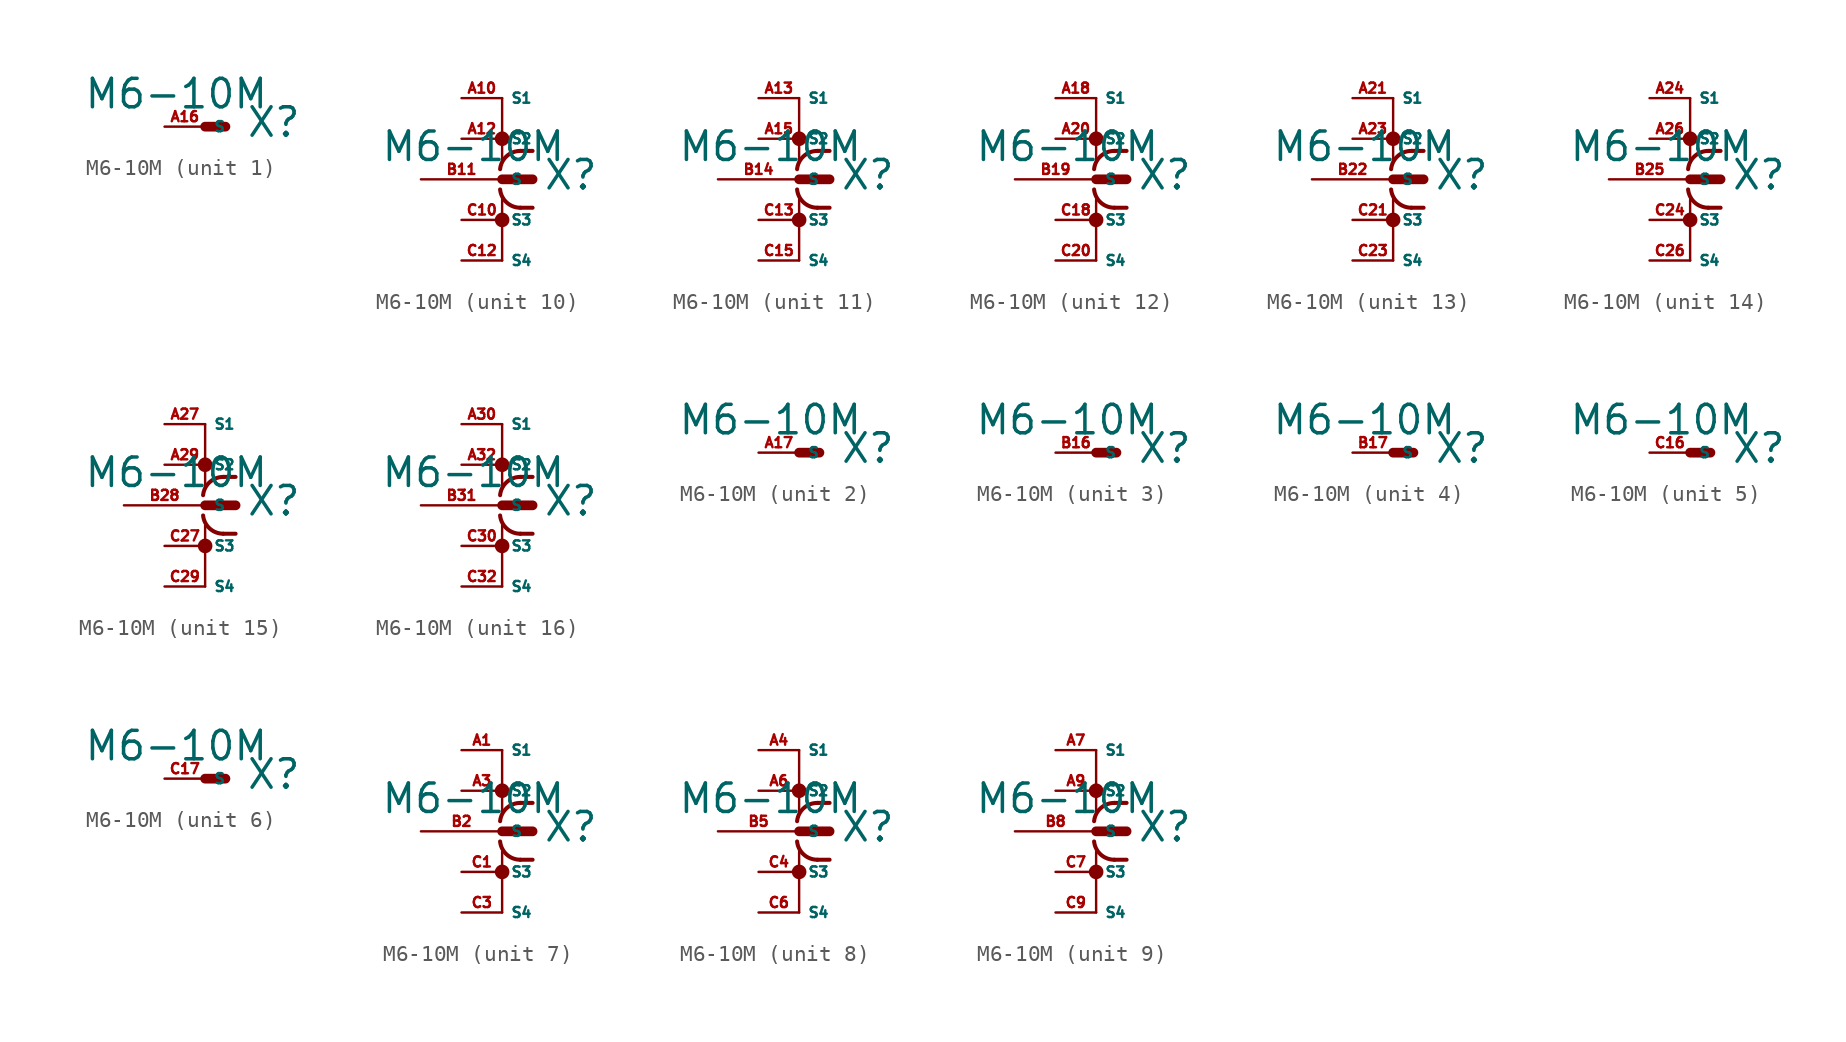
<source format=kicad_sym>
(kicad_symbol_lib
  (version 20220914)
  (generator Eagle2Kicad)
  (symbol "M6-10M"
    (property "Reference" "X"
      (at 2.54 -0.762 0)
      (effects (font (size 1.778 1.778) (thickness 0.22)) (justify left bottom)))
    (property "Value" "M6-10M"
      (at -7.62 1.016 0)
      (effects (font (size 1.778 1.778) (thickness 0.22)) (justify left bottom)))
    (symbol "M6-10M_1_0"
      (polyline (pts (xy 0 0) (xy 1.27 0)) (stroke (width 0.61) (type default)) (fill (type none)))
      (pin passive line (at -2.54 0 0) (length 2.54) (name "S" (effects (font (size 0.635 0.635) (thickness 0.08)) (justify left bottom))) (number "A16" (effects (font (size 0.635 0.635) (thickness 0.08)) (justify left bottom)))))
    (symbol "M6-10M_2_0"
      (polyline (pts (xy 0 0) (xy 1.27 0)) (stroke (width 0.61) (type default)) (fill (type none)))
      (pin passive line (at -2.54 0 0) (length 2.54) (name "S" (effects (font (size 0.635 0.635) (thickness 0.08)) (justify left bottom))) (number "A17" (effects (font (size 0.635 0.635) (thickness 0.08)) (justify left bottom)))))
    (symbol "M6-10M_3_0"
      (polyline (pts (xy 0 0) (xy 1.27 0)) (stroke (width 0.61) (type default)) (fill (type none)))
      (pin passive line (at -2.54 0 0) (length 2.54) (name "S" (effects (font (size 0.635 0.635) (thickness 0.08)) (justify left bottom))) (number "B16" (effects (font (size 0.635 0.635) (thickness 0.08)) (justify left bottom)))))
    (symbol "M6-10M_4_0"
      (polyline (pts (xy 0 0) (xy 1.27 0)) (stroke (width 0.61) (type default)) (fill (type none)))
      (pin passive line (at -2.54 0 0) (length 2.54) (name "S" (effects (font (size 0.635 0.635) (thickness 0.08)) (justify left bottom))) (number "B17" (effects (font (size 0.635 0.635) (thickness 0.08)) (justify left bottom)))))
    (symbol "M6-10M_5_0"
      (polyline (pts (xy 0 0) (xy 1.27 0)) (stroke (width 0.61) (type default)) (fill (type none)))
      (pin passive line (at -2.54 0 0) (length 2.54) (name "S" (effects (font (size 0.635 0.635) (thickness 0.08)) (justify left bottom))) (number "C16" (effects (font (size 0.635 0.635) (thickness 0.08)) (justify left bottom)))))
    (symbol "M6-10M_6_0"
      (polyline (pts (xy 0 0) (xy 1.27 0)) (stroke (width 0.61) (type default)) (fill (type none)))
      (pin passive line (at -2.54 0 0) (length 2.54) (name "S" (effects (font (size 0.635 0.635) (thickness 0.08)) (justify left bottom))) (number "C17" (effects (font (size 0.635 0.635) (thickness 0.08)) (justify left bottom)))))
    (symbol "M6-10M_7_0"
      (polyline (pts (xy 0 0) (xy 1.905 0)) (stroke (width 0.61) (type default)) (fill (type none)))
      (polyline (pts (xy 0 5.08) (xy 0 1.27)) (stroke (width 0.152) (type default)) (fill (type none)))
      (polyline (pts (xy 0 -5.08) (xy 0 -1.27)) (stroke (width 0.152) (type default)) (fill (type none)))
      (polyline (pts (xy 1.905 1.778) (xy 1.143 1.778)) (stroke (width 0.254) (type default)) (fill (type none)))
      (polyline (pts (xy 1.905 -1.778) (xy 1.143 -1.778)) (stroke (width 0.254) (type default)) (fill (type none)))
      (arc (start 1.143 1.778) (mid 0.287 1.452) (end -0.127 0.635) (stroke (width 0.254) (type default)) (fill (type none)))
      (arc (start -0.127 -0.635) (mid 0.287 -1.452) (end 1.143 -1.778) (stroke (width 0.254) (type default)) (fill (type none)))
      (circle (center 0 2.54) (radius 0.254) (stroke (width 0.406) (type default)) (fill (type none)))
      (circle (center 0 -2.54) (radius 0.254) (stroke (width 0.406) (type default)) (fill (type none)))
      (pin passive line (at -5.08 0 0) (length 5.08) (name "S" (effects (font (size 0.635 0.635) (thickness 0.08)) (justify left bottom))) (number "B2" (effects (font (size 0.635 0.635) (thickness 0.08)) (justify left bottom))))
      (pin passive line (at -2.54 5.08 0) (length 2.54) (name "S1" (effects (font (size 0.635 0.635) (thickness 0.08)) (justify left bottom))) (number "A1" (effects (font (size 0.635 0.635) (thickness 0.08)) (justify left bottom))))
      (pin passive line (at -2.54 2.54 0) (length 2.54) (name "S2" (effects (font (size 0.635 0.635) (thickness 0.08)) (justify left bottom))) (number "A3" (effects (font (size 0.635 0.635) (thickness 0.08)) (justify left bottom))))
      (pin passive line (at -2.54 -2.54 0) (length 2.54) (name "S3" (effects (font (size 0.635 0.635) (thickness 0.08)) (justify left bottom))) (number "C1" (effects (font (size 0.635 0.635) (thickness 0.08)) (justify left bottom))))
      (pin passive line (at -2.54 -5.08 0) (length 2.54) (name "S4" (effects (font (size 0.635 0.635) (thickness 0.08)) (justify left bottom))) (number "C3" (effects (font (size 0.635 0.635) (thickness 0.08)) (justify left bottom)))))
    (symbol "M6-10M_8_0"
      (polyline (pts (xy 0 0) (xy 1.905 0)) (stroke (width 0.61) (type default)) (fill (type none)))
      (polyline (pts (xy 0 5.08) (xy 0 1.27)) (stroke (width 0.152) (type default)) (fill (type none)))
      (polyline (pts (xy 0 -5.08) (xy 0 -1.27)) (stroke (width 0.152) (type default)) (fill (type none)))
      (polyline (pts (xy 1.905 1.778) (xy 1.143 1.778)) (stroke (width 0.254) (type default)) (fill (type none)))
      (polyline (pts (xy 1.905 -1.778) (xy 1.143 -1.778)) (stroke (width 0.254) (type default)) (fill (type none)))
      (arc (start 1.143 1.778) (mid 0.287 1.452) (end -0.127 0.635) (stroke (width 0.254) (type default)) (fill (type none)))
      (arc (start -0.127 -0.635) (mid 0.287 -1.452) (end 1.143 -1.778) (stroke (width 0.254) (type default)) (fill (type none)))
      (circle (center 0 2.54) (radius 0.254) (stroke (width 0.406) (type default)) (fill (type none)))
      (circle (center 0 -2.54) (radius 0.254) (stroke (width 0.406) (type default)) (fill (type none)))
      (pin passive line (at -5.08 0 0) (length 5.08) (name "S" (effects (font (size 0.635 0.635) (thickness 0.08)) (justify left bottom))) (number "B5" (effects (font (size 0.635 0.635) (thickness 0.08)) (justify left bottom))))
      (pin passive line (at -2.54 5.08 0) (length 2.54) (name "S1" (effects (font (size 0.635 0.635) (thickness 0.08)) (justify left bottom))) (number "A4" (effects (font (size 0.635 0.635) (thickness 0.08)) (justify left bottom))))
      (pin passive line (at -2.54 2.54 0) (length 2.54) (name "S2" (effects (font (size 0.635 0.635) (thickness 0.08)) (justify left bottom))) (number "A6" (effects (font (size 0.635 0.635) (thickness 0.08)) (justify left bottom))))
      (pin passive line (at -2.54 -2.54 0) (length 2.54) (name "S3" (effects (font (size 0.635 0.635) (thickness 0.08)) (justify left bottom))) (number "C4" (effects (font (size 0.635 0.635) (thickness 0.08)) (justify left bottom))))
      (pin passive line (at -2.54 -5.08 0) (length 2.54) (name "S4" (effects (font (size 0.635 0.635) (thickness 0.08)) (justify left bottom))) (number "C6" (effects (font (size 0.635 0.635) (thickness 0.08)) (justify left bottom)))))
    (symbol "M6-10M_9_0"
      (polyline (pts (xy 0 0) (xy 1.905 0)) (stroke (width 0.61) (type default)) (fill (type none)))
      (polyline (pts (xy 0 5.08) (xy 0 1.27)) (stroke (width 0.152) (type default)) (fill (type none)))
      (polyline (pts (xy 0 -5.08) (xy 0 -1.27)) (stroke (width 0.152) (type default)) (fill (type none)))
      (polyline (pts (xy 1.905 1.778) (xy 1.143 1.778)) (stroke (width 0.254) (type default)) (fill (type none)))
      (polyline (pts (xy 1.905 -1.778) (xy 1.143 -1.778)) (stroke (width 0.254) (type default)) (fill (type none)))
      (arc (start 1.143 1.778) (mid 0.287 1.452) (end -0.127 0.635) (stroke (width 0.254) (type default)) (fill (type none)))
      (arc (start -0.127 -0.635) (mid 0.287 -1.452) (end 1.143 -1.778) (stroke (width 0.254) (type default)) (fill (type none)))
      (circle (center 0 2.54) (radius 0.254) (stroke (width 0.406) (type default)) (fill (type none)))
      (circle (center 0 -2.54) (radius 0.254) (stroke (width 0.406) (type default)) (fill (type none)))
      (pin passive line (at -5.08 0 0) (length 5.08) (name "S" (effects (font (size 0.635 0.635) (thickness 0.08)) (justify left bottom))) (number "B8" (effects (font (size 0.635 0.635) (thickness 0.08)) (justify left bottom))))
      (pin passive line (at -2.54 5.08 0) (length 2.54) (name "S1" (effects (font (size 0.635 0.635) (thickness 0.08)) (justify left bottom))) (number "A7" (effects (font (size 0.635 0.635) (thickness 0.08)) (justify left bottom))))
      (pin passive line (at -2.54 2.54 0) (length 2.54) (name "S2" (effects (font (size 0.635 0.635) (thickness 0.08)) (justify left bottom))) (number "A9" (effects (font (size 0.635 0.635) (thickness 0.08)) (justify left bottom))))
      (pin passive line (at -2.54 -2.54 0) (length 2.54) (name "S3" (effects (font (size 0.635 0.635) (thickness 0.08)) (justify left bottom))) (number "C7" (effects (font (size 0.635 0.635) (thickness 0.08)) (justify left bottom))))
      (pin passive line (at -2.54 -5.08 0) (length 2.54) (name "S4" (effects (font (size 0.635 0.635) (thickness 0.08)) (justify left bottom))) (number "C9" (effects (font (size 0.635 0.635) (thickness 0.08)) (justify left bottom)))))
    (symbol "M6-10M_10_0"
      (polyline (pts (xy 0 0) (xy 1.905 0)) (stroke (width 0.61) (type default)) (fill (type none)))
      (polyline (pts (xy 0 5.08) (xy 0 1.27)) (stroke (width 0.152) (type default)) (fill (type none)))
      (polyline (pts (xy 0 -5.08) (xy 0 -1.27)) (stroke (width 0.152) (type default)) (fill (type none)))
      (polyline (pts (xy 1.905 1.778) (xy 1.143 1.778)) (stroke (width 0.254) (type default)) (fill (type none)))
      (polyline (pts (xy 1.905 -1.778) (xy 1.143 -1.778)) (stroke (width 0.254) (type default)) (fill (type none)))
      (arc (start 1.143 1.778) (mid 0.287 1.452) (end -0.127 0.635) (stroke (width 0.254) (type default)) (fill (type none)))
      (arc (start -0.127 -0.635) (mid 0.287 -1.452) (end 1.143 -1.778) (stroke (width 0.254) (type default)) (fill (type none)))
      (circle (center 0 2.54) (radius 0.254) (stroke (width 0.406) (type default)) (fill (type none)))
      (circle (center 0 -2.54) (radius 0.254) (stroke (width 0.406) (type default)) (fill (type none)))
      (pin passive line (at -5.08 0 0) (length 5.08) (name "S" (effects (font (size 0.635 0.635) (thickness 0.08)) (justify left bottom))) (number "B11" (effects (font (size 0.635 0.635) (thickness 0.08)) (justify left bottom))))
      (pin passive line (at -2.54 5.08 0) (length 2.54) (name "S1" (effects (font (size 0.635 0.635) (thickness 0.08)) (justify left bottom))) (number "A10" (effects (font (size 0.635 0.635) (thickness 0.08)) (justify left bottom))))
      (pin passive line (at -2.54 2.54 0) (length 2.54) (name "S2" (effects (font (size 0.635 0.635) (thickness 0.08)) (justify left bottom))) (number "A12" (effects (font (size 0.635 0.635) (thickness 0.08)) (justify left bottom))))
      (pin passive line (at -2.54 -2.54 0) (length 2.54) (name "S3" (effects (font (size 0.635 0.635) (thickness 0.08)) (justify left bottom))) (number "C10" (effects (font (size 0.635 0.635) (thickness 0.08)) (justify left bottom))))
      (pin passive line (at -2.54 -5.08 0) (length 2.54) (name "S4" (effects (font (size 0.635 0.635) (thickness 0.08)) (justify left bottom))) (number "C12" (effects (font (size 0.635 0.635) (thickness 0.08)) (justify left bottom)))))
    (symbol "M6-10M_11_0"
      (polyline (pts (xy 0 0) (xy 1.905 0)) (stroke (width 0.61) (type default)) (fill (type none)))
      (polyline (pts (xy 0 5.08) (xy 0 1.27)) (stroke (width 0.152) (type default)) (fill (type none)))
      (polyline (pts (xy 0 -5.08) (xy 0 -1.27)) (stroke (width 0.152) (type default)) (fill (type none)))
      (polyline (pts (xy 1.905 1.778) (xy 1.143 1.778)) (stroke (width 0.254) (type default)) (fill (type none)))
      (polyline (pts (xy 1.905 -1.778) (xy 1.143 -1.778)) (stroke (width 0.254) (type default)) (fill (type none)))
      (arc (start 1.143 1.778) (mid 0.287 1.452) (end -0.127 0.635) (stroke (width 0.254) (type default)) (fill (type none)))
      (arc (start -0.127 -0.635) (mid 0.287 -1.452) (end 1.143 -1.778) (stroke (width 0.254) (type default)) (fill (type none)))
      (circle (center 0 2.54) (radius 0.254) (stroke (width 0.406) (type default)) (fill (type none)))
      (circle (center 0 -2.54) (radius 0.254) (stroke (width 0.406) (type default)) (fill (type none)))
      (pin passive line (at -5.08 0 0) (length 5.08) (name "S" (effects (font (size 0.635 0.635) (thickness 0.08)) (justify left bottom))) (number "B14" (effects (font (size 0.635 0.635) (thickness 0.08)) (justify left bottom))))
      (pin passive line (at -2.54 5.08 0) (length 2.54) (name "S1" (effects (font (size 0.635 0.635) (thickness 0.08)) (justify left bottom))) (number "A13" (effects (font (size 0.635 0.635) (thickness 0.08)) (justify left bottom))))
      (pin passive line (at -2.54 2.54 0) (length 2.54) (name "S2" (effects (font (size 0.635 0.635) (thickness 0.08)) (justify left bottom))) (number "A15" (effects (font (size 0.635 0.635) (thickness 0.08)) (justify left bottom))))
      (pin passive line (at -2.54 -2.54 0) (length 2.54) (name "S3" (effects (font (size 0.635 0.635) (thickness 0.08)) (justify left bottom))) (number "C13" (effects (font (size 0.635 0.635) (thickness 0.08)) (justify left bottom))))
      (pin passive line (at -2.54 -5.08 0) (length 2.54) (name "S4" (effects (font (size 0.635 0.635) (thickness 0.08)) (justify left bottom))) (number "C15" (effects (font (size 0.635 0.635) (thickness 0.08)) (justify left bottom)))))
    (symbol "M6-10M_12_0"
      (polyline (pts (xy 0 0) (xy 1.905 0)) (stroke (width 0.61) (type default)) (fill (type none)))
      (polyline (pts (xy 0 5.08) (xy 0 1.27)) (stroke (width 0.152) (type default)) (fill (type none)))
      (polyline (pts (xy 0 -5.08) (xy 0 -1.27)) (stroke (width 0.152) (type default)) (fill (type none)))
      (polyline (pts (xy 1.905 1.778) (xy 1.143 1.778)) (stroke (width 0.254) (type default)) (fill (type none)))
      (polyline (pts (xy 1.905 -1.778) (xy 1.143 -1.778)) (stroke (width 0.254) (type default)) (fill (type none)))
      (arc (start 1.143 1.778) (mid 0.287 1.452) (end -0.127 0.635) (stroke (width 0.254) (type default)) (fill (type none)))
      (arc (start -0.127 -0.635) (mid 0.287 -1.452) (end 1.143 -1.778) (stroke (width 0.254) (type default)) (fill (type none)))
      (circle (center 0 2.54) (radius 0.254) (stroke (width 0.406) (type default)) (fill (type none)))
      (circle (center 0 -2.54) (radius 0.254) (stroke (width 0.406) (type default)) (fill (type none)))
      (pin passive line (at -5.08 0 0) (length 5.08) (name "S" (effects (font (size 0.635 0.635) (thickness 0.08)) (justify left bottom))) (number "B19" (effects (font (size 0.635 0.635) (thickness 0.08)) (justify left bottom))))
      (pin passive line (at -2.54 5.08 0) (length 2.54) (name "S1" (effects (font (size 0.635 0.635) (thickness 0.08)) (justify left bottom))) (number "A18" (effects (font (size 0.635 0.635) (thickness 0.08)) (justify left bottom))))
      (pin passive line (at -2.54 2.54 0) (length 2.54) (name "S2" (effects (font (size 0.635 0.635) (thickness 0.08)) (justify left bottom))) (number "A20" (effects (font (size 0.635 0.635) (thickness 0.08)) (justify left bottom))))
      (pin passive line (at -2.54 -2.54 0) (length 2.54) (name "S3" (effects (font (size 0.635 0.635) (thickness 0.08)) (justify left bottom))) (number "C18" (effects (font (size 0.635 0.635) (thickness 0.08)) (justify left bottom))))
      (pin passive line (at -2.54 -5.08 0) (length 2.54) (name "S4" (effects (font (size 0.635 0.635) (thickness 0.08)) (justify left bottom))) (number "C20" (effects (font (size 0.635 0.635) (thickness 0.08)) (justify left bottom)))))
    (symbol "M6-10M_13_0"
      (polyline (pts (xy 0 0) (xy 1.905 0)) (stroke (width 0.61) (type default)) (fill (type none)))
      (polyline (pts (xy 0 5.08) (xy 0 1.27)) (stroke (width 0.152) (type default)) (fill (type none)))
      (polyline (pts (xy 0 -5.08) (xy 0 -1.27)) (stroke (width 0.152) (type default)) (fill (type none)))
      (polyline (pts (xy 1.905 1.778) (xy 1.143 1.778)) (stroke (width 0.254) (type default)) (fill (type none)))
      (polyline (pts (xy 1.905 -1.778) (xy 1.143 -1.778)) (stroke (width 0.254) (type default)) (fill (type none)))
      (arc (start 1.143 1.778) (mid 0.287 1.452) (end -0.127 0.635) (stroke (width 0.254) (type default)) (fill (type none)))
      (arc (start -0.127 -0.635) (mid 0.287 -1.452) (end 1.143 -1.778) (stroke (width 0.254) (type default)) (fill (type none)))
      (circle (center 0 2.54) (radius 0.254) (stroke (width 0.406) (type default)) (fill (type none)))
      (circle (center 0 -2.54) (radius 0.254) (stroke (width 0.406) (type default)) (fill (type none)))
      (pin passive line (at -5.08 0 0) (length 5.08) (name "S" (effects (font (size 0.635 0.635) (thickness 0.08)) (justify left bottom))) (number "B22" (effects (font (size 0.635 0.635) (thickness 0.08)) (justify left bottom))))
      (pin passive line (at -2.54 5.08 0) (length 2.54) (name "S1" (effects (font (size 0.635 0.635) (thickness 0.08)) (justify left bottom))) (number "A21" (effects (font (size 0.635 0.635) (thickness 0.08)) (justify left bottom))))
      (pin passive line (at -2.54 2.54 0) (length 2.54) (name "S2" (effects (font (size 0.635 0.635) (thickness 0.08)) (justify left bottom))) (number "A23" (effects (font (size 0.635 0.635) (thickness 0.08)) (justify left bottom))))
      (pin passive line (at -2.54 -2.54 0) (length 2.54) (name "S3" (effects (font (size 0.635 0.635) (thickness 0.08)) (justify left bottom))) (number "C21" (effects (font (size 0.635 0.635) (thickness 0.08)) (justify left bottom))))
      (pin passive line (at -2.54 -5.08 0) (length 2.54) (name "S4" (effects (font (size 0.635 0.635) (thickness 0.08)) (justify left bottom))) (number "C23" (effects (font (size 0.635 0.635) (thickness 0.08)) (justify left bottom)))))
    (symbol "M6-10M_14_0"
      (polyline (pts (xy 0 0) (xy 1.905 0)) (stroke (width 0.61) (type default)) (fill (type none)))
      (polyline (pts (xy 0 5.08) (xy 0 1.27)) (stroke (width 0.152) (type default)) (fill (type none)))
      (polyline (pts (xy 0 -5.08) (xy 0 -1.27)) (stroke (width 0.152) (type default)) (fill (type none)))
      (polyline (pts (xy 1.905 1.778) (xy 1.143 1.778)) (stroke (width 0.254) (type default)) (fill (type none)))
      (polyline (pts (xy 1.905 -1.778) (xy 1.143 -1.778)) (stroke (width 0.254) (type default)) (fill (type none)))
      (arc (start 1.143 1.778) (mid 0.287 1.452) (end -0.127 0.635) (stroke (width 0.254) (type default)) (fill (type none)))
      (arc (start -0.127 -0.635) (mid 0.287 -1.452) (end 1.143 -1.778) (stroke (width 0.254) (type default)) (fill (type none)))
      (circle (center 0 2.54) (radius 0.254) (stroke (width 0.406) (type default)) (fill (type none)))
      (circle (center 0 -2.54) (radius 0.254) (stroke (width 0.406) (type default)) (fill (type none)))
      (pin passive line (at -5.08 0 0) (length 5.08) (name "S" (effects (font (size 0.635 0.635) (thickness 0.08)) (justify left bottom))) (number "B25" (effects (font (size 0.635 0.635) (thickness 0.08)) (justify left bottom))))
      (pin passive line (at -2.54 5.08 0) (length 2.54) (name "S1" (effects (font (size 0.635 0.635) (thickness 0.08)) (justify left bottom))) (number "A24" (effects (font (size 0.635 0.635) (thickness 0.08)) (justify left bottom))))
      (pin passive line (at -2.54 2.54 0) (length 2.54) (name "S2" (effects (font (size 0.635 0.635) (thickness 0.08)) (justify left bottom))) (number "A26" (effects (font (size 0.635 0.635) (thickness 0.08)) (justify left bottom))))
      (pin passive line (at -2.54 -2.54 0) (length 2.54) (name "S3" (effects (font (size 0.635 0.635) (thickness 0.08)) (justify left bottom))) (number "C24" (effects (font (size 0.635 0.635) (thickness 0.08)) (justify left bottom))))
      (pin passive line (at -2.54 -5.08 0) (length 2.54) (name "S4" (effects (font (size 0.635 0.635) (thickness 0.08)) (justify left bottom))) (number "C26" (effects (font (size 0.635 0.635) (thickness 0.08)) (justify left bottom)))))
    (symbol "M6-10M_15_0"
      (polyline (pts (xy 0 0) (xy 1.905 0)) (stroke (width 0.61) (type default)) (fill (type none)))
      (polyline (pts (xy 0 5.08) (xy 0 1.27)) (stroke (width 0.152) (type default)) (fill (type none)))
      (polyline (pts (xy 0 -5.08) (xy 0 -1.27)) (stroke (width 0.152) (type default)) (fill (type none)))
      (polyline (pts (xy 1.905 1.778) (xy 1.143 1.778)) (stroke (width 0.254) (type default)) (fill (type none)))
      (polyline (pts (xy 1.905 -1.778) (xy 1.143 -1.778)) (stroke (width 0.254) (type default)) (fill (type none)))
      (arc (start 1.143 1.778) (mid 0.287 1.452) (end -0.127 0.635) (stroke (width 0.254) (type default)) (fill (type none)))
      (arc (start -0.127 -0.635) (mid 0.287 -1.452) (end 1.143 -1.778) (stroke (width 0.254) (type default)) (fill (type none)))
      (circle (center 0 2.54) (radius 0.254) (stroke (width 0.406) (type default)) (fill (type none)))
      (circle (center 0 -2.54) (radius 0.254) (stroke (width 0.406) (type default)) (fill (type none)))
      (pin passive line (at -5.08 0 0) (length 5.08) (name "S" (effects (font (size 0.635 0.635) (thickness 0.08)) (justify left bottom))) (number "B28" (effects (font (size 0.635 0.635) (thickness 0.08)) (justify left bottom))))
      (pin passive line (at -2.54 5.08 0) (length 2.54) (name "S1" (effects (font (size 0.635 0.635) (thickness 0.08)) (justify left bottom))) (number "A27" (effects (font (size 0.635 0.635) (thickness 0.08)) (justify left bottom))))
      (pin passive line (at -2.54 2.54 0) (length 2.54) (name "S2" (effects (font (size 0.635 0.635) (thickness 0.08)) (justify left bottom))) (number "A29" (effects (font (size 0.635 0.635) (thickness 0.08)) (justify left bottom))))
      (pin passive line (at -2.54 -2.54 0) (length 2.54) (name "S3" (effects (font (size 0.635 0.635) (thickness 0.08)) (justify left bottom))) (number "C27" (effects (font (size 0.635 0.635) (thickness 0.08)) (justify left bottom))))
      (pin passive line (at -2.54 -5.08 0) (length 2.54) (name "S4" (effects (font (size 0.635 0.635) (thickness 0.08)) (justify left bottom))) (number "C29" (effects (font (size 0.635 0.635) (thickness 0.08)) (justify left bottom)))))
    (symbol "M6-10M_16_0"
      (polyline (pts (xy 0 0) (xy 1.905 0)) (stroke (width 0.61) (type default)) (fill (type none)))
      (polyline (pts (xy 0 5.08) (xy 0 1.27)) (stroke (width 0.152) (type default)) (fill (type none)))
      (polyline (pts (xy 0 -5.08) (xy 0 -1.27)) (stroke (width 0.152) (type default)) (fill (type none)))
      (polyline (pts (xy 1.905 1.778) (xy 1.143 1.778)) (stroke (width 0.254) (type default)) (fill (type none)))
      (polyline (pts (xy 1.905 -1.778) (xy 1.143 -1.778)) (stroke (width 0.254) (type default)) (fill (type none)))
      (arc (start 1.143 1.778) (mid 0.287 1.452) (end -0.127 0.635) (stroke (width 0.254) (type default)) (fill (type none)))
      (arc (start -0.127 -0.635) (mid 0.287 -1.452) (end 1.143 -1.778) (stroke (width 0.254) (type default)) (fill (type none)))
      (circle (center 0 2.54) (radius 0.254) (stroke (width 0.406) (type default)) (fill (type none)))
      (circle (center 0 -2.54) (radius 0.254) (stroke (width 0.406) (type default)) (fill (type none)))
      (pin passive line (at -5.08 0 0) (length 5.08) (name "S" (effects (font (size 0.635 0.635) (thickness 0.08)) (justify left bottom))) (number "B31" (effects (font (size 0.635 0.635) (thickness 0.08)) (justify left bottom))))
      (pin passive line (at -2.54 5.08 0) (length 2.54) (name "S1" (effects (font (size 0.635 0.635) (thickness 0.08)) (justify left bottom))) (number "A30" (effects (font (size 0.635 0.635) (thickness 0.08)) (justify left bottom))))
      (pin passive line (at -2.54 2.54 0) (length 2.54) (name "S2" (effects (font (size 0.635 0.635) (thickness 0.08)) (justify left bottom))) (number "A32" (effects (font (size 0.635 0.635) (thickness 0.08)) (justify left bottom))))
      (pin passive line (at -2.54 -2.54 0) (length 2.54) (name "S3" (effects (font (size 0.635 0.635) (thickness 0.08)) (justify left bottom))) (number "C30" (effects (font (size 0.635 0.635) (thickness 0.08)) (justify left bottom))))
      (pin passive line (at -2.54 -5.08 0) (length 2.54) (name "S4" (effects (font (size 0.635 0.635) (thickness 0.08)) (justify left bottom))) (number "C32" (effects (font (size 0.635 0.635) (thickness 0.08)) (justify left bottom)))))))
</source>
